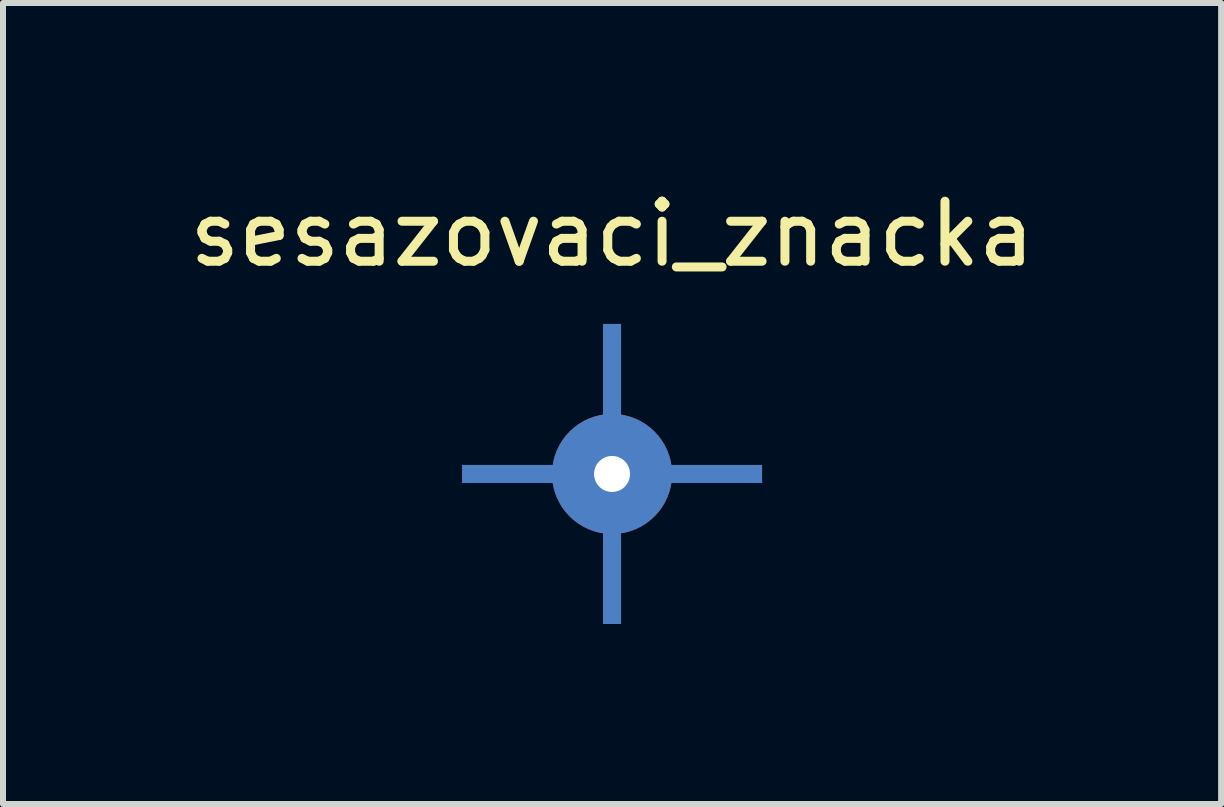
<source format=kicad_pcb>
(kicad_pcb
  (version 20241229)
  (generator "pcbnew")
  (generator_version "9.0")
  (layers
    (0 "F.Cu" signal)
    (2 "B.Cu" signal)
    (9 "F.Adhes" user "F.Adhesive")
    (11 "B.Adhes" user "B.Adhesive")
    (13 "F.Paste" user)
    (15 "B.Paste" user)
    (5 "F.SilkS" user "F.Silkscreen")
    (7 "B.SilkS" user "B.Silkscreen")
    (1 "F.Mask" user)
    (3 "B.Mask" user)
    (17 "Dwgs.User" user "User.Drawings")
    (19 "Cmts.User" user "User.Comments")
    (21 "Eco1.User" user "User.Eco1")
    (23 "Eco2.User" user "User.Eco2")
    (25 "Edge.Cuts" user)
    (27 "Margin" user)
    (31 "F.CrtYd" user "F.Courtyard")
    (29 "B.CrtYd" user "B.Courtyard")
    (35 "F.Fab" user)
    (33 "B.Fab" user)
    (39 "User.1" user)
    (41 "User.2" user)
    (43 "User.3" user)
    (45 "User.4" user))
  (footprint "sesazovaci_znacka"
    (layer "F.Cu")
    (at 7.149 4.848)
    (property "Reference" "sesazovaci_znacka" (at 0 -4 0) (layer "F.SilkS") (effects (font (size 1 1) (thickness 0.15))))
    (attr through_hole)
    (pad "1" smd rect (at 0 0 90) (size 0.3 5) (layers "F.Cu" "F.Mask"))
    (pad "1" smd rect (at 0 0) (size 0.3 5) (layers "F.Cu" "F.Mask"))
    (pad "1" smd rect (at 0 0 90) (size 0.3 5) (layers "B.Cu" "B.Mask"))
    (pad "1" smd rect (at 0 0) (size 0.3 5) (layers "B.Cu" "B.Mask"))
    (pad "1" thru_hole circle (at 0 0) (size 2 2) (drill 0.6) (layers "*.Cu" "*.Mask")))
  (gr_rect
    (start -3 -3)
    (end 17.298 10.348)
    (stroke (width 0.1) (type default))
    (fill no)
    (layer "Edge.Cuts")))
</source>
